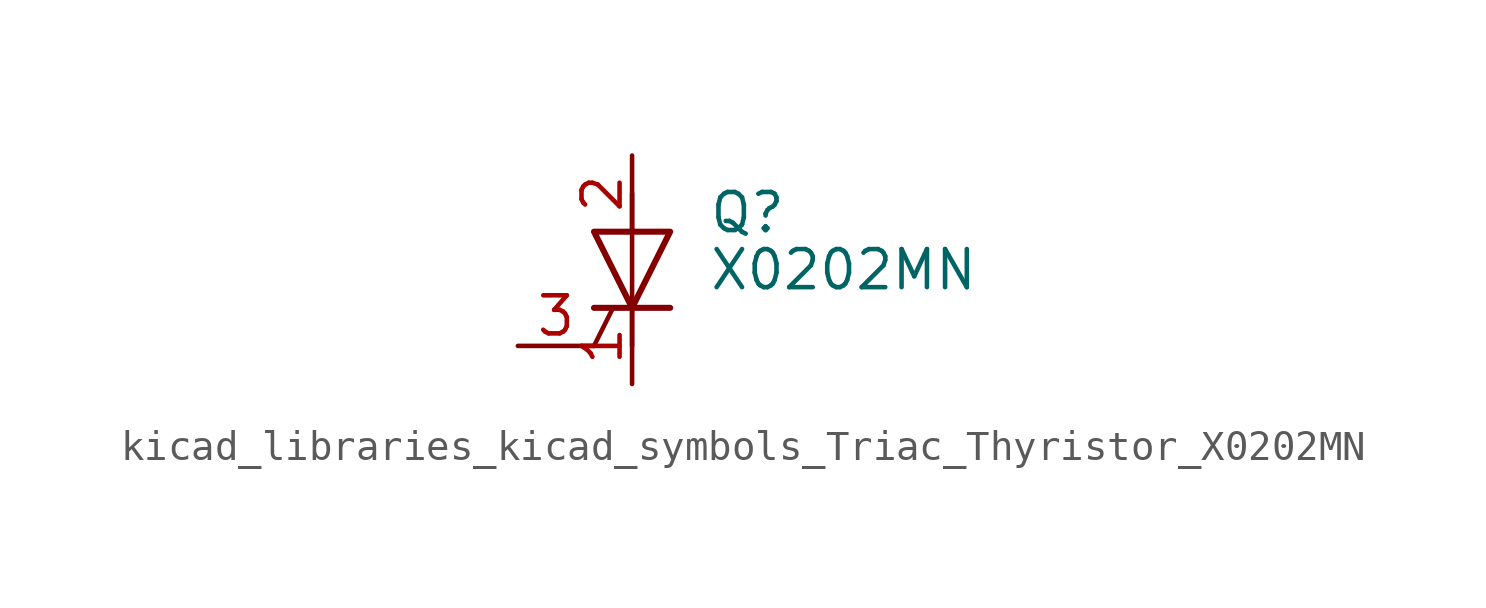
<source format=kicad_sym>
(kicad_symbol_lib
  (version 20220914)
  (generator kicad_symbol_editor)
  (symbol "kicad_libraries_kicad_symbols_Triac_Thyristor_X0202MN"
    (pin_names
      (offset 0) hide)
    (property "Reference" "Q"
      (at 2.54 1.905 0)
      (effects (font (size 1.27 1.27)) (justify left)))
    (property "Value" "X0202MN"
      (at 2.54 0 0)
      (effects (font (size 1.27 1.27)) (justify left)))
    (symbol "kicad_libraries_kicad_symbols_Triac_Thyristor_X0202MN_0_1"
      (polyline (pts (xy -1.27 -2.54) (xy -0.635 -1.27)) (stroke (width 0) (type default)) (fill (type none)))
      (polyline (pts (xy -1.27 -1.27) (xy 1.27 -1.27)) (stroke (width 0.203) (type default)) (fill (type none)))
      (polyline (pts (xy 0 -2.54) (xy 0 2.54)) (stroke (width 0) (type default)) (fill (type none)))
      (polyline (pts (xy -1.27 1.27) (xy 1.27 1.27) (xy 0 -1.27) (xy -1.27 1.27)) (stroke (width 0.203) (type default)) (fill (type none))))
    (symbol "kicad_libraries_kicad_symbols_Triac_Thyristor_X0202MN_1_1"
      (pin passive line (at 0 -3.81 90) (length 2.54) (name "K" (effects (font (size 1.27 1.27)))) (number "1" (effects (font (size 1.27 1.27)))))
      (pin passive line (at 0 3.81 270) (length 2.54) (name "A" (effects (font (size 1.27 1.27)))) (number "2" (effects (font (size 1.27 1.27)))))
      (pin input line (at -3.81 -2.54 0) (length 2.54) (name "G" (effects (font (size 1.27 1.27)))) (number "3" (effects (font (size 1.27 1.27)))))
      (pin passive line (at 0 3.81 270) (length 2.54) hide (name "A" (effects (font (size 1.27 1.27)))) (number "4" (effects (font (size 1.27 1.27))))))))
</source>
